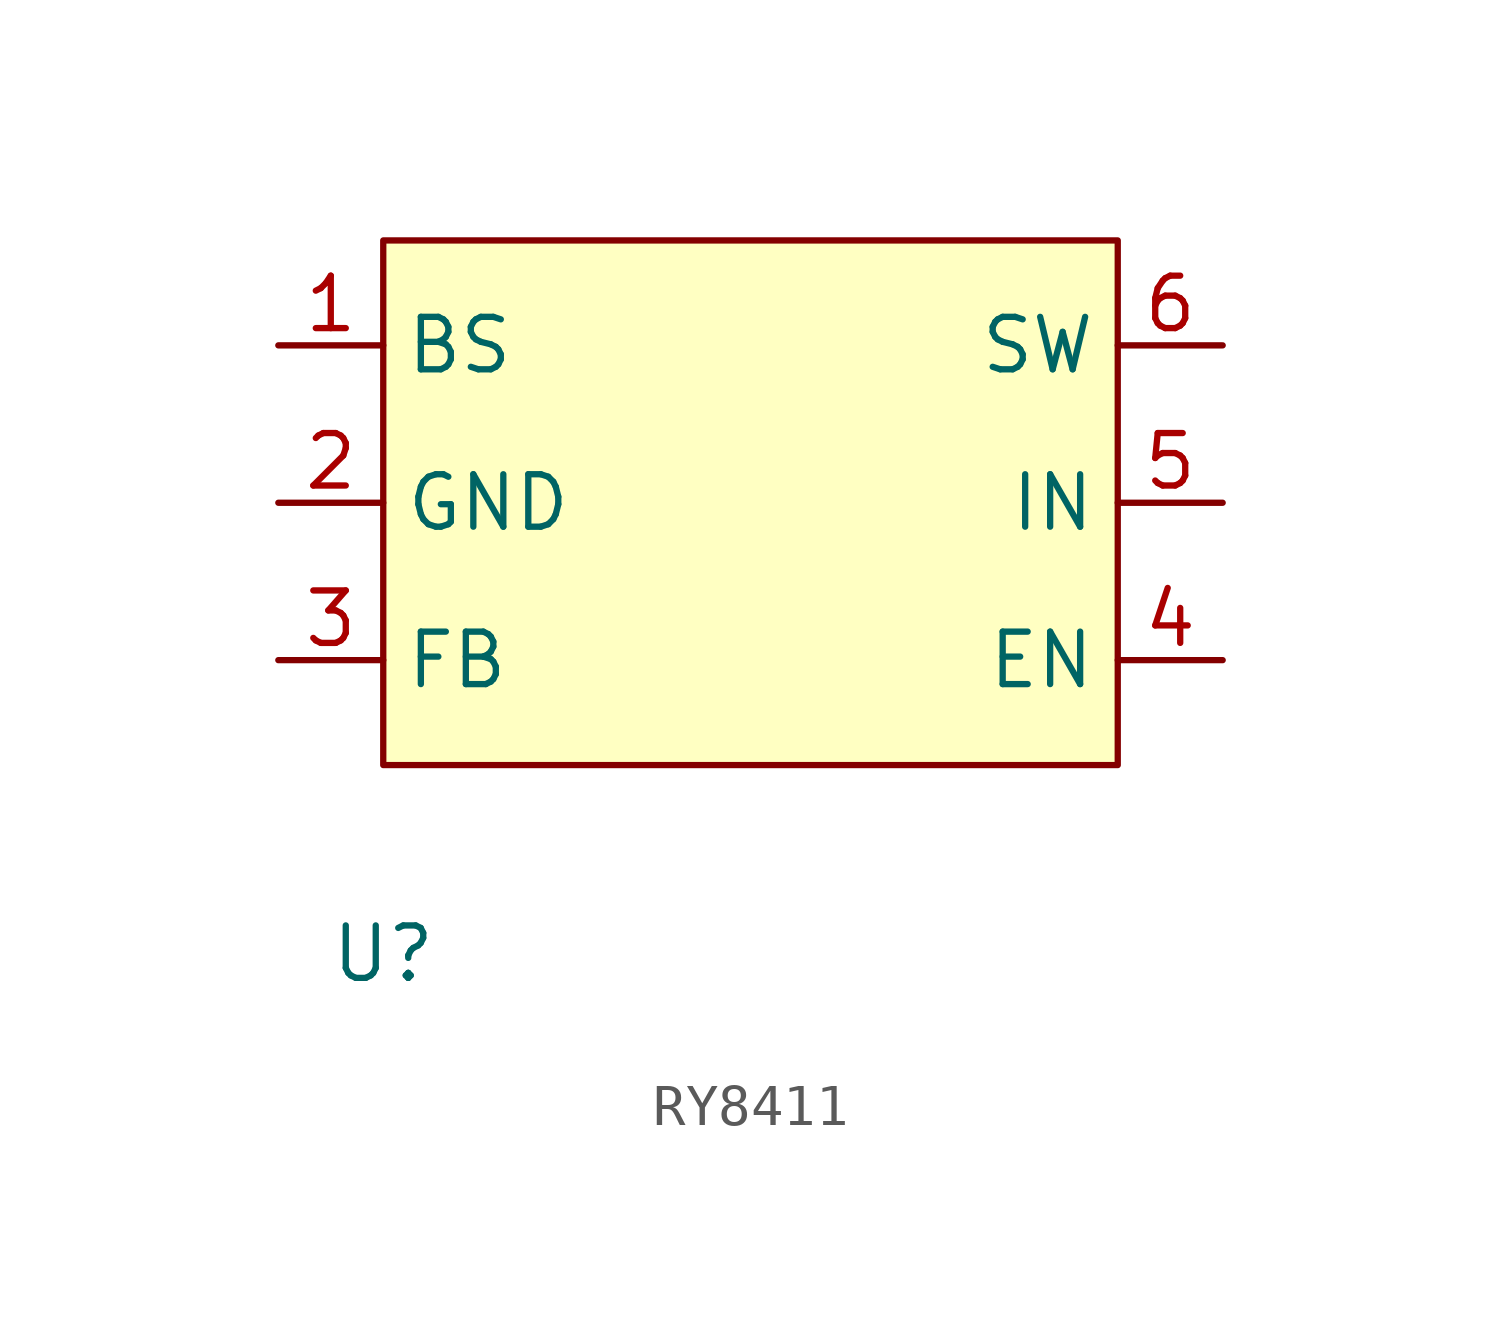
<source format=kicad_sym>
(kicad_symbol_lib
  (version 20241209)
  (generator "kicad_symbol_editor")
  (generator_version "9.0")
  (symbol "RY8411"
    (property "Reference" "U"
      (at 0 -4.572 0)
      (effects (font (size 1.27 1.27))))
    (property "Value" ""
      (at 0 0 0)
      (effects (font (size 1.27 1.27))))
    (symbol "RY8411_1_1"
      (rectangle (start 0 12.7) (end 17.78 0) (stroke (width 0) (type solid)) (fill (type background)))
      (pin input line (at -2.54 10.16 0) (length 2.54) (name "BS" (effects (font (size 1.27 1.27)))) (number "1" (effects (font (size 1.27 1.27)))))
      (pin input line (at -2.54 6.35 0) (length 2.54) (name "GND" (effects (font (size 1.27 1.27)))) (number "2" (effects (font (size 1.27 1.27)))))
      (pin output line (at -2.54 2.54 0) (length 2.54) (name "FB" (effects (font (size 1.27 1.27)))) (number "3" (effects (font (size 1.27 1.27)))))
      (pin output line (at 20.32 10.16 180) (length 2.54) (name "SW" (effects (font (size 1.27 1.27)))) (number "6" (effects (font (size 1.27 1.27)))))
      (pin input line (at 20.32 6.35 180) (length 2.54) (name "IN" (effects (font (size 1.27 1.27)))) (number "5" (effects (font (size 1.27 1.27)))))
      (pin input line (at 20.32 2.54 180) (length 2.54) (name "EN" (effects (font (size 1.27 1.27)))) (number "4" (effects (font (size 1.27 1.27))))))))
</source>
